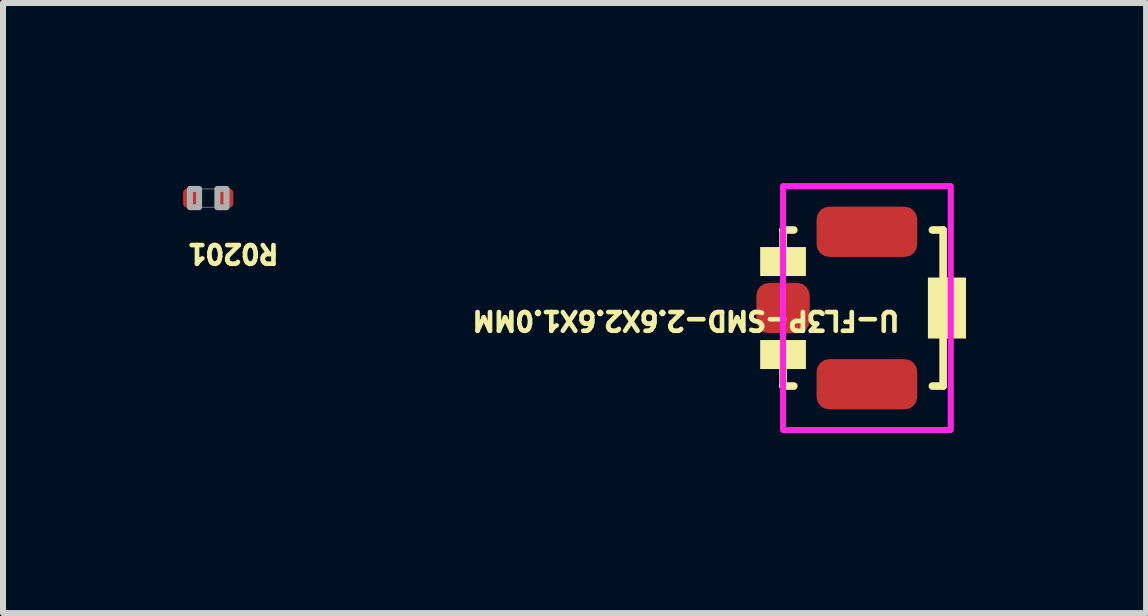
<source format=kicad_pcb>
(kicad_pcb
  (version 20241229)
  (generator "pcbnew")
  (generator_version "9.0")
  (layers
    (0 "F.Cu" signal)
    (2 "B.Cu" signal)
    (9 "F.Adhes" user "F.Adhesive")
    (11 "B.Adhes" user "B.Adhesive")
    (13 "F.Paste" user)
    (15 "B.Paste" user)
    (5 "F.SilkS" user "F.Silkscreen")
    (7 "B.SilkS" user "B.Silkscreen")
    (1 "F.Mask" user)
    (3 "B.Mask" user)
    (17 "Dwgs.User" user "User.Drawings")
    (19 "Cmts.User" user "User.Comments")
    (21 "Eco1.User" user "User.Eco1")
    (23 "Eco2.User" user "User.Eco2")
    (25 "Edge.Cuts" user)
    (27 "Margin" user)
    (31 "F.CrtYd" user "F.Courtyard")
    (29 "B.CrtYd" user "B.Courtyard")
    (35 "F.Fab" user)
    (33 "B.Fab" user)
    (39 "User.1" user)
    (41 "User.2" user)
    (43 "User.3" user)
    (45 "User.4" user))
  (footprint "R0201"
    (layer "F.Cu")
    (at 0.419 0.25)
    (property "Reference" "R0201" (at -0.386 1.105 180) (unlocked yes) (layer "F.SilkS") (effects (font (size 0.311 0.311) (thickness 0.095)) (justify right top)))
    (fp_line (start -0.305 -0.152) (end 0.305 -0.152) (stroke (width 0.01) (type solid)) (layer "F.Fab"))
    (fp_line (start -0.305 0.152) (end -0.305 -0.152) (stroke (width 0.01) (type solid)) (layer "F.Fab"))
    (fp_line (start 0.305 -0.152) (end 0.305 0.152) (stroke (width 0.01) (type solid)) (layer "F.Fab"))
    (fp_line (start 0.305 0.152) (end -0.305 0.152) (stroke (width 0.01) (type solid)) (layer "F.Fab"))
    (fp_poly (pts (xy -0.305 0.152) (xy -0.152 0.152) (xy -0.152 -0.152) (xy -0.305 -0.152)) (stroke (width 0.1) (type default)) (fill no) (layer "F.Fab"))
    (fp_poly (pts (xy 0.152 0.152) (xy 0.305 0.152) (xy 0.305 -0.152) (xy 0.152 -0.152)) (stroke (width 0.1) (type default)) (fill no) (layer "F.Fab"))
    (pad "1" smd roundrect (at -0.279 0) (size 0.279 0.318) (layers "F.Cu" "F.Mask" "F.Paste") (roundrect_rratio 0.25))
    (pad "2" smd roundrect (at 0.279 0) (size 0.279 0.318) (layers "F.Cu" "F.Mask" "F.Paste") (roundrect_rratio 0.25)))
  (footprint "U-FL3P-SMD-2.6X2.6X1.0MM"
    (layer "F.Cu")
    (at 11.393 2.082)
    (property "Reference" "U-FL3P-SMD-2.6X2.6X1.0MM" (at 0.584 0.025 180) (unlocked yes) (layer "F.SilkS") (effects (font (size 0.311 0.311) (thickness 0.095)) (justify left bottom)))
    (fp_line (start -1.397 -1.3) (end -1.397 -0.762) (stroke (width 0.127) (type solid)) (layer "F.SilkS"))
    (fp_line (start -1.397 -1.3) (end -1.218 -1.3) (stroke (width 0.127) (type solid)) (layer "F.SilkS"))
    (fp_line (start -1.397 1.3) (end -1.397 0.762) (stroke (width 0.127) (type solid)) (layer "F.SilkS"))
    (fp_line (start -1.218 1.3) (end -1.397 1.3) (stroke (width 0.127) (type solid)) (layer "F.SilkS"))
    (fp_line (start 1.091 -1.3) (end 1.27 -1.3) (stroke (width 0.127) (type solid)) (layer "F.SilkS"))
    (fp_line (start 1.27 -1.3) (end 1.27 1.3) (stroke (width 0.127) (type solid)) (layer "F.SilkS"))
    (fp_line (start 1.27 1.3) (end 1.091 1.3) (stroke (width 0.127) (type solid)) (layer "F.SilkS"))
    (fp_poly (pts (xy -1.778 -0.533) (xy -1.016 -0.533) (xy -1.016 -1.016) (xy -1.778 -1.016)) (stroke (width 0) (type default)) (fill yes) (layer "F.SilkS"))
    (fp_poly (pts (xy -1.778 1.016) (xy -1.016 1.016) (xy -1.016 0.533) (xy -1.778 0.533)) (stroke (width 0) (type default)) (fill yes) (layer "F.SilkS"))
    (fp_poly (pts (xy 1.016 0.508) (xy 1.651 0.508) (xy 1.651 -0.508) (xy 1.016 -0.508)) (stroke (width 0) (type default)) (fill yes) (layer "F.SilkS"))
    (fp_poly (pts (xy -1.397 2.032) (xy 1.397 2.032) (xy 1.397 -2.032) (xy -1.397 -2.032)) (stroke (width 0.1) (type default)) (fill no) (layer "F.CrtYd"))
    (pad "D" smd roundrect (at -1.397 0 180) (size 0.889 0.838) (layers "F.Cu" "F.Mask" "F.Paste") (roundrect_rratio 0.25))
    (pad "GND1" smd roundrect (at 0 -1.27) (size 1.676 0.838) (layers "F.Cu" "F.Mask" "F.Paste") (roundrect_rratio 0.25))
    (pad "GND2" smd roundrect (at 0 1.27) (size 1.676 0.838) (layers "F.Cu" "F.Mask" "F.Paste") (roundrect_rratio 0.25)))
  (gr_rect
    (start -3 -3)
    (end 16.044 7.164)
    (stroke (width 0.1) (type default))
    (fill no)
    (layer "Edge.Cuts")))
</source>
